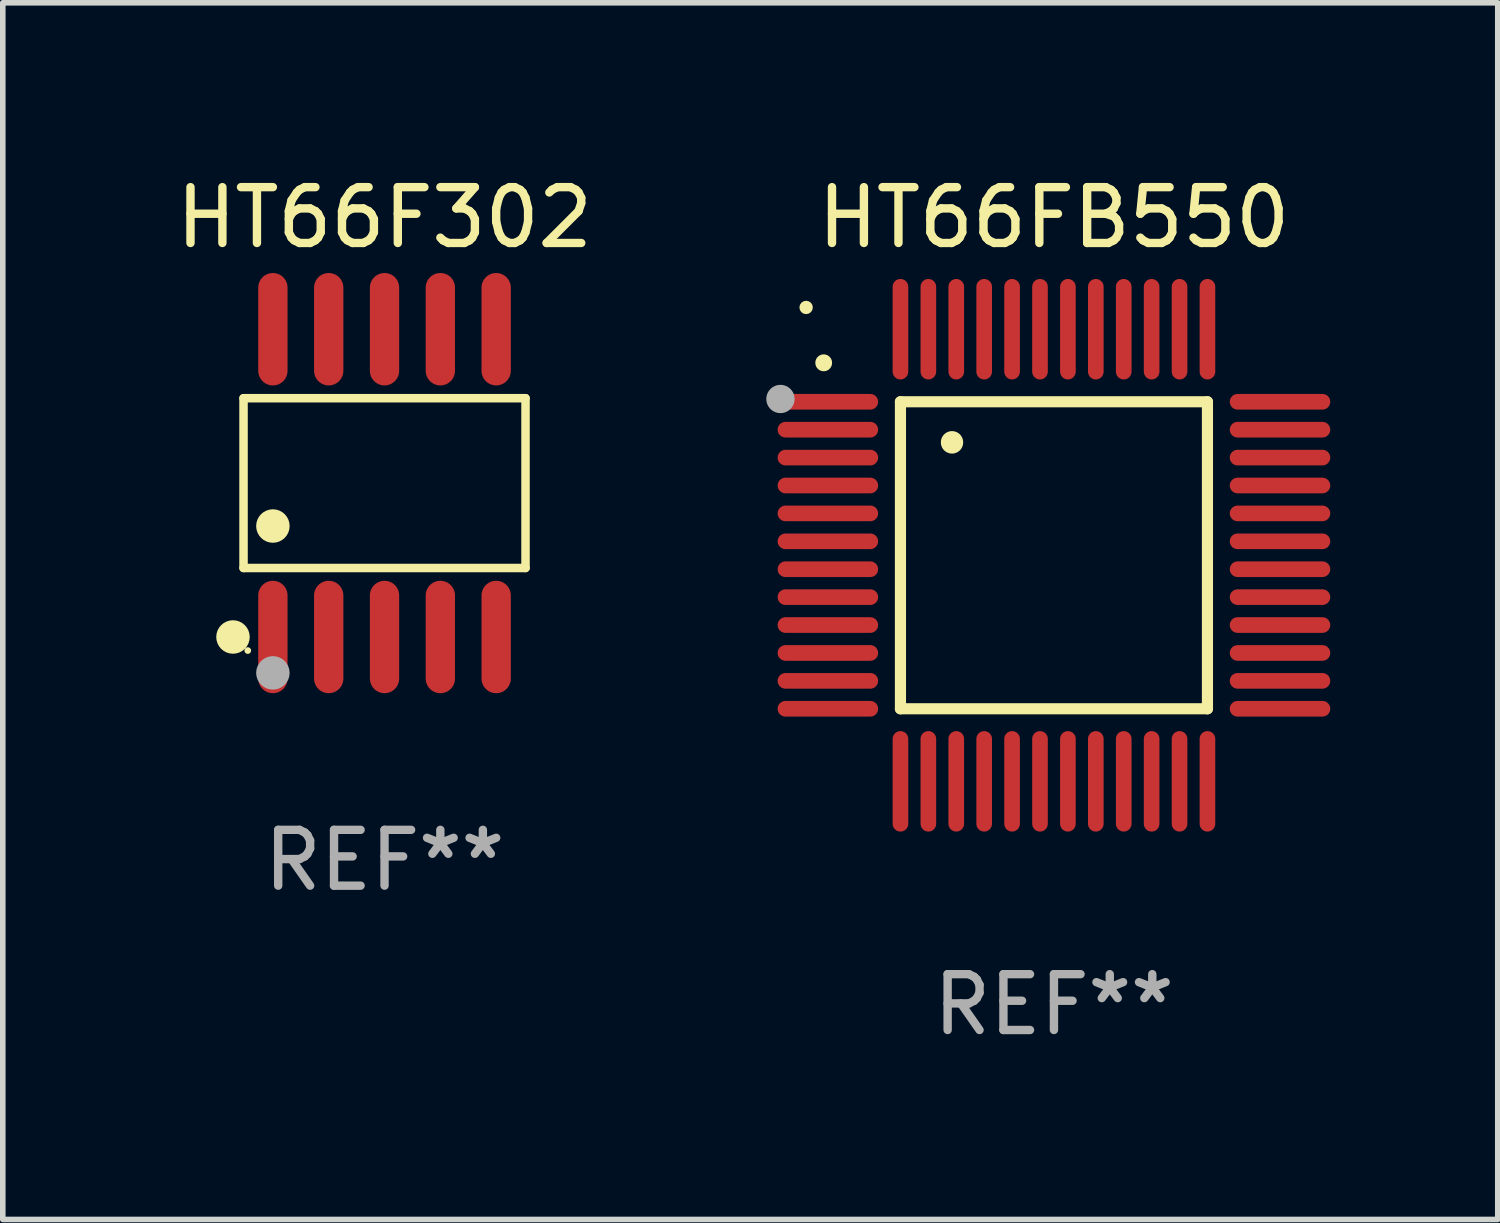
<source format=kicad_pcb>
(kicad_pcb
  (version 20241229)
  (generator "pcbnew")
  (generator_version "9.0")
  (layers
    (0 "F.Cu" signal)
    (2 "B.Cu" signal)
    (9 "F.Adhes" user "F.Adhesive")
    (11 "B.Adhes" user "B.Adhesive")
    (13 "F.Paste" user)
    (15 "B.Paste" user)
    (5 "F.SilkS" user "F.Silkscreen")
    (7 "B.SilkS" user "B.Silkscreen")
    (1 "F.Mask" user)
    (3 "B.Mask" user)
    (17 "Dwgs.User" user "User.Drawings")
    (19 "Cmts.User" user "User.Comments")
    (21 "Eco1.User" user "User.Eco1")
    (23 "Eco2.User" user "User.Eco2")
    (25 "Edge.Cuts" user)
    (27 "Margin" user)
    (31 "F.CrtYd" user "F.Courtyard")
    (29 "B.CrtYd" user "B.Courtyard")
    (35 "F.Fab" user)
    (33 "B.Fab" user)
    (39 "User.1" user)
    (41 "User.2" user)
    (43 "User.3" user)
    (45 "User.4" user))
  (footprint "HT66FB550"
    (layer "F.Cu")
    (at 15.832 6.898)
    (property "Reference" "HT66FB550" (at 0 -6.05 0) (layer "F.SilkS") (effects (font (size 1 1) (thickness 0.15))))
    (attr through_hole)
    (fp_line (start -2.75 -2.75) (end 2.75 -2.75) (stroke (width 0.2) (type solid)) (layer "F.SilkS"))
    (fp_line (start -2.75 2.75) (end -2.75 -2.75) (stroke (width 0.2) (type solid)) (layer "F.SilkS"))
    (fp_line (start 2.75 -2.75) (end 2.75 2.75) (stroke (width 0.2) (type solid)) (layer "F.SilkS"))
    (fp_line (start 2.75 2.75) (end -2.75 2.75) (stroke (width 0.2) (type solid)) (layer "F.SilkS"))
    (fp_arc (start -4.124968 -3.446787) (mid -4.124973 -3.448057) (end -4.124968 -3.449327) (stroke (width 0.3) (type solid)) (layer "F.SilkS"))
    (fp_arc (start -1.826264 -2.021844) (mid -1.826268 -2.023114) (end -1.826264 -2.024384) (stroke (width 0.4) (type solid)) (layer "F.SilkS"))
    (fp_circle (center -4.44 -4.44) (end -4.38 -4.44) (stroke (width 0.12) (type solid)) (fill no) (layer "F.SilkS"))
    (fp_circle (center -4.9 -2.8) (end -4.773 -2.8) (stroke (width 0.254) (type solid)) (fill no) (layer "F.Fab"))
    (fp_text user "REF**" (at 0 8.05 0) (layer "F.Fab") (effects (font (size 1 1) (thickness 0.15))))
    (pad "1" smd oval (at -4.05 -2.75 90) (size 0.28 1.8) (layers "F.Cu" "F.Mask" "F.Paste"))
    (pad "2" smd oval (at -4.05 -2.25 90) (size 0.28 1.8) (layers "F.Cu" "F.Mask" "F.Paste"))
    (pad "3" smd oval (at -4.05 -1.75 90) (size 0.28 1.8) (layers "F.Cu" "F.Mask" "F.Paste"))
    (pad "4" smd oval (at -4.05 -1.25 90) (size 0.28 1.8) (layers "F.Cu" "F.Mask" "F.Paste"))
    (pad "5" smd oval (at -4.05 -0.75 90) (size 0.28 1.8) (layers "F.Cu" "F.Mask" "F.Paste"))
    (pad "6" smd oval (at -4.05 -0.25 90) (size 0.28 1.8) (layers "F.Cu" "F.Mask" "F.Paste"))
    (pad "7" smd oval (at -4.05 0.25 90) (size 0.28 1.8) (layers "F.Cu" "F.Mask" "F.Paste"))
    (pad "8" smd oval (at -4.05 0.75 90) (size 0.28 1.8) (layers "F.Cu" "F.Mask" "F.Paste"))
    (pad "9" smd oval (at -4.05 1.25 90) (size 0.28 1.8) (layers "F.Cu" "F.Mask" "F.Paste"))
    (pad "10" smd oval (at -4.05 1.75 90) (size 0.28 1.8) (layers "F.Cu" "F.Mask" "F.Paste"))
    (pad "11" smd oval (at -4.05 2.25 90) (size 0.28 1.8) (layers "F.Cu" "F.Mask" "F.Paste"))
    (pad "12" smd oval (at -4.05 2.75 90) (size 0.28 1.8) (layers "F.Cu" "F.Mask" "F.Paste"))
    (pad "13" smd oval (at -2.75 4.05) (size 0.28 1.8) (layers "F.Cu" "F.Mask" "F.Paste"))
    (pad "14" smd oval (at -2.25 4.05) (size 0.28 1.8) (layers "F.Cu" "F.Mask" "F.Paste"))
    (pad "15" smd oval (at -1.75 4.05) (size 0.28 1.8) (layers "F.Cu" "F.Mask" "F.Paste"))
    (pad "16" smd oval (at -1.25 4.05) (size 0.28 1.8) (layers "F.Cu" "F.Mask" "F.Paste"))
    (pad "17" smd oval (at -0.75 4.05) (size 0.28 1.8) (layers "F.Cu" "F.Mask" "F.Paste"))
    (pad "18" smd oval (at -0.25 4.05) (size 0.28 1.8) (layers "F.Cu" "F.Mask" "F.Paste"))
    (pad "19" smd oval (at 0.25 4.05) (size 0.28 1.8) (layers "F.Cu" "F.Mask" "F.Paste"))
    (pad "20" smd oval (at 0.75 4.05) (size 0.28 1.8) (layers "F.Cu" "F.Mask" "F.Paste"))
    (pad "21" smd oval (at 1.25 4.05) (size 0.28 1.8) (layers "F.Cu" "F.Mask" "F.Paste"))
    (pad "22" smd oval (at 1.75 4.05) (size 0.28 1.8) (layers "F.Cu" "F.Mask" "F.Paste"))
    (pad "23" smd oval (at 2.25 4.05) (size 0.28 1.8) (layers "F.Cu" "F.Mask" "F.Paste"))
    (pad "24" smd oval (at 2.75 4.05) (size 0.28 1.8) (layers "F.Cu" "F.Mask" "F.Paste"))
    (pad "25" smd oval (at 4.05 2.75 90) (size 0.28 1.8) (layers "F.Cu" "F.Mask" "F.Paste"))
    (pad "26" smd oval (at 4.05 2.25 90) (size 0.28 1.8) (layers "F.Cu" "F.Mask" "F.Paste"))
    (pad "27" smd oval (at 4.05 1.75 90) (size 0.28 1.8) (layers "F.Cu" "F.Mask" "F.Paste"))
    (pad "28" smd oval (at 4.05 1.25 90) (size 0.28 1.8) (layers "F.Cu" "F.Mask" "F.Paste"))
    (pad "29" smd oval (at 4.05 0.75 90) (size 0.28 1.8) (layers "F.Cu" "F.Mask" "F.Paste"))
    (pad "30" smd oval (at 4.05 0.25 90) (size 0.28 1.8) (layers "F.Cu" "F.Mask" "F.Paste"))
    (pad "31" smd oval (at 4.05 -0.25 90) (size 0.28 1.8) (layers "F.Cu" "F.Mask" "F.Paste"))
    (pad "32" smd oval (at 4.05 -0.75 90) (size 0.28 1.8) (layers "F.Cu" "F.Mask" "F.Paste"))
    (pad "33" smd oval (at 4.05 -1.25 90) (size 0.28 1.8) (layers "F.Cu" "F.Mask" "F.Paste"))
    (pad "34" smd oval (at 4.05 -1.75 90) (size 0.28 1.8) (layers "F.Cu" "F.Mask" "F.Paste"))
    (pad "35" smd oval (at 4.05 -2.25 90) (size 0.28 1.8) (layers "F.Cu" "F.Mask" "F.Paste"))
    (pad "36" smd oval (at 4.05 -2.75 90) (size 0.28 1.8) (layers "F.Cu" "F.Mask" "F.Paste"))
    (pad "37" smd oval (at 2.75 -4.05) (size 0.28 1.8) (layers "F.Cu" "F.Mask" "F.Paste"))
    (pad "38" smd oval (at 2.25 -4.05) (size 0.28 1.8) (layers "F.Cu" "F.Mask" "F.Paste"))
    (pad "39" smd oval (at 1.75 -4.05) (size 0.28 1.8) (layers "F.Cu" "F.Mask" "F.Paste"))
    (pad "40" smd oval (at 1.25 -4.05) (size 0.28 1.8) (layers "F.Cu" "F.Mask" "F.Paste"))
    (pad "41" smd oval (at 0.75 -4.05) (size 0.28 1.8) (layers "F.Cu" "F.Mask" "F.Paste"))
    (pad "42" smd oval (at 0.25 -4.05) (size 0.28 1.8) (layers "F.Cu" "F.Mask" "F.Paste"))
    (pad "43" smd oval (at -0.25 -4.05) (size 0.28 1.8) (layers "F.Cu" "F.Mask" "F.Paste"))
    (pad "44" smd oval (at -0.75 -4.05) (size 0.28 1.8) (layers "F.Cu" "F.Mask" "F.Paste"))
    (pad "45" smd oval (at -1.25 -4.05) (size 0.28 1.8) (layers "F.Cu" "F.Mask" "F.Paste"))
    (pad "46" smd oval (at -1.75 -4.05) (size 0.28 1.8) (layers "F.Cu" "F.Mask" "F.Paste"))
    (pad "47" smd oval (at -2.25 -4.05) (size 0.28 1.8) (layers "F.Cu" "F.Mask" "F.Paste"))
    (pad "48" smd oval (at -2.75 -4.05) (size 0.28 1.8) (layers "F.Cu" "F.Mask" "F.Paste")))
  (footprint "HT66F302"
    (layer "F.Cu")
    (at 3.839 5.605)
    (property "Reference" "HT66F302" (at 0 -4.757 0) (layer "F.SilkS") (effects (font (size 1 1) (thickness 0.15))))
    (attr through_hole)
    (fp_line (start -2.526 -1.521) (end 2.526 -1.521) (stroke (width 0.152) (type solid)) (layer "F.SilkS"))
    (fp_line (start -2.526 1.521) (end -2.526 -1.521) (stroke (width 0.152) (type solid)) (layer "F.SilkS"))
    (fp_line (start 2.526 -1.521) (end 2.526 1.521) (stroke (width 0.152) (type solid)) (layer "F.SilkS"))
    (fp_line (start 2.526 1.521) (end -2.526 1.521) (stroke (width 0.152) (type solid)) (layer "F.SilkS"))
    (fp_circle (center -2.715 2.757) (end -2.565 2.757) (stroke (width 0.3) (type solid)) (fill no) (layer "F.SilkS"))
    (fp_circle (center -2.45 3) (end -2.42 3) (stroke (width 0.06) (type solid)) (fill no) (layer "F.SilkS"))
    (fp_circle (center -2 0.769) (end -1.85 0.769) (stroke (width 0.3) (type solid)) (fill no) (layer "F.SilkS"))
    (fp_circle (center -2 3.4) (end -1.85 3.4) (stroke (width 0.3) (type solid)) (fill no) (layer "F.Fab"))
    (fp_text user "REF**" (at 0 6.757 0) (layer "F.Fab") (effects (font (size 1 1) (thickness 0.15))))
    (pad "1" smd oval (at -2 2.757) (size 0.525 2.014) (layers "F.Cu" "F.Mask" "F.Paste"))
    (pad "2" smd oval (at -1 2.757) (size 0.525 2.014) (layers "F.Cu" "F.Mask" "F.Paste"))
    (pad "3" smd oval (at 0 2.757) (size 0.525 2.014) (layers "F.Cu" "F.Mask" "F.Paste"))
    (pad "4" smd oval (at 1 2.757) (size 0.525 2.014) (layers "F.Cu" "F.Mask" "F.Paste"))
    (pad "5" smd oval (at 2 2.757) (size 0.525 2.014) (layers "F.Cu" "F.Mask" "F.Paste"))
    (pad "6" smd oval (at 2 -2.757) (size 0.525 2.014) (layers "F.Cu" "F.Mask" "F.Paste"))
    (pad "7" smd oval (at 1 -2.757) (size 0.525 2.014) (layers "F.Cu" "F.Mask" "F.Paste"))
    (pad "8" smd oval (at 0 -2.757) (size 0.525 2.014) (layers "F.Cu" "F.Mask" "F.Paste"))
    (pad "9" smd oval (at -1 -2.757) (size 0.525 2.014) (layers "F.Cu" "F.Mask" "F.Paste"))
    (pad "10" smd oval (at -2 -2.757) (size 0.525 2.014) (layers "F.Cu" "F.Mask" "F.Paste")))
  (gr_rect
    (start -3 -3)
    (end 23.783 18.797)
    (stroke (width 0.1) (type default))
    (fill no)
    (layer "Edge.Cuts")))
</source>
